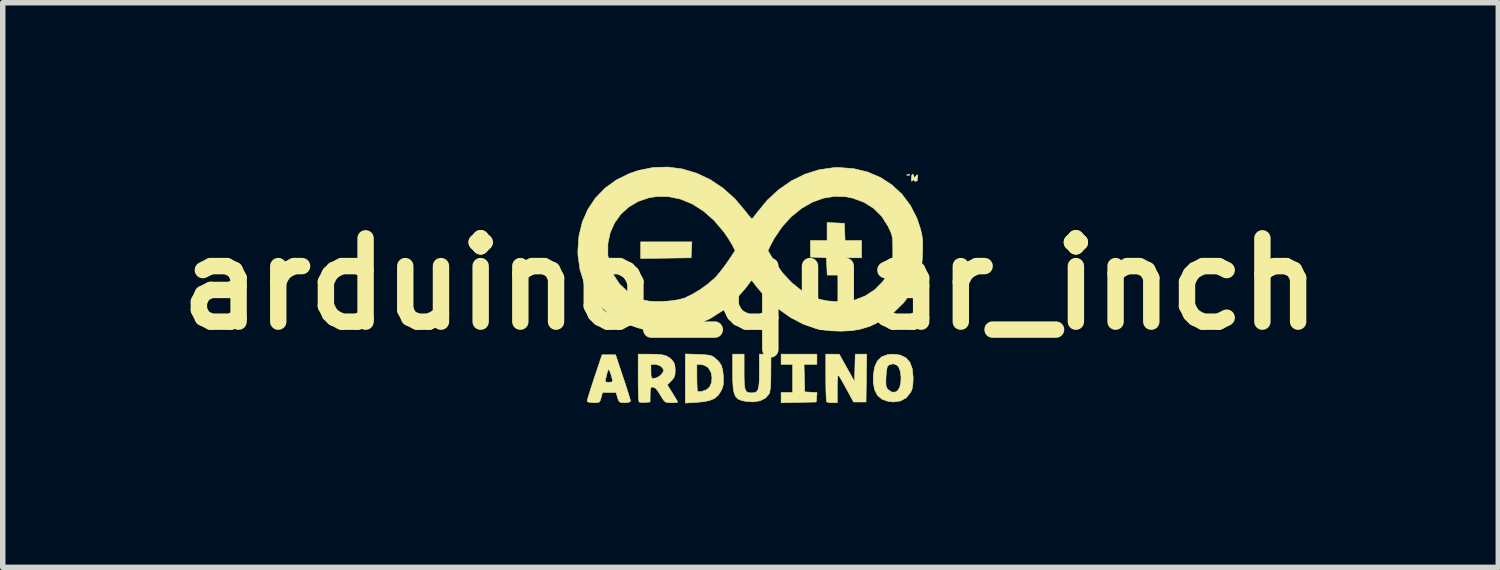
<source format=kicad_pcb>
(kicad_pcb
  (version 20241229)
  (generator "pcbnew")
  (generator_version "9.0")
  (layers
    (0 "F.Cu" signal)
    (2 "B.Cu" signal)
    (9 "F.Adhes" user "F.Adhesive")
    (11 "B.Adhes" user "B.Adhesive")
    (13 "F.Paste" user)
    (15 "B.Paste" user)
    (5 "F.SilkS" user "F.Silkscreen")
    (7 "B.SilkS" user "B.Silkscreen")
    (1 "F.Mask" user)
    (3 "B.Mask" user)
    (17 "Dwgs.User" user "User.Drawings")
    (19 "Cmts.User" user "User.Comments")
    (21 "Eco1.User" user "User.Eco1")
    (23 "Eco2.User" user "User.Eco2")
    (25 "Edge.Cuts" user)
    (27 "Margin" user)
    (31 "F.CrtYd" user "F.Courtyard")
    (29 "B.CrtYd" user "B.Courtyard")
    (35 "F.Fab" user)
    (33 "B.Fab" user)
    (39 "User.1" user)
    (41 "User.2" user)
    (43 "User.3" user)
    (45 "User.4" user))
  (footprint "arduino_quar_inch"
    (layer "F.Cu")
    (at 10.675 2.143)
    (property "Reference" "arduino_quar_inch" (at 0 0 0) (layer "F.SilkS") (effects (font (size 1.524 1.524) (thickness 0.3))))
    (attr through_hole)
    (fp_poly (pts (xy -1.086 -0.479) (xy -1.547 -0.472) (xy -2.008 -0.466) (xy -2.008 -0.77) (xy -1.072 -0.77) (xy -1.086 -0.479)) (stroke (width 0.01) (type solid)) (fill yes) (layer "F.SilkS"))
    (fp_poly (pts (xy 2.912 -1.998) (xy 2.905 -1.988) (xy 2.881 -1.986) (xy 2.856 -1.992) (xy 2.867 -2) (xy 2.904 -2.003) (xy 2.912 -1.998)) (stroke (width 0.01) (type solid)) (fill yes) (layer "F.SilkS"))
    (fp_poly (pts (xy 1.214 1.471) (xy 0.979 1.471) (xy 0.992 1.973) (xy 1.104 1.98) (xy 1.217 1.987) (xy 1.209 2.073) (xy 1.202 2.159) (xy 0.881 2.166) (xy 0.56 2.172) (xy 0.56 1.984) (xy 0.77 1.984) (xy 0.77 1.471) (xy 0.56 1.471) (xy 0.56 1.284) (xy 1.214 1.284) (xy 1.214 1.471)) (stroke (width 0.01) (type solid)) (fill yes) (layer "F.SilkS"))
    (fp_poly (pts (xy 1.558 -1.116) (xy 1.716 -1.109) (xy 1.73 -0.794) (xy 2.031 -0.794) (xy 2.031 -0.636) (xy 2.031 -0.479) (xy 1.739 -0.479) (xy 1.725 -0.163) (xy 1.403 -0.163) (xy 1.389 -0.479) (xy 1.243 -0.486) (xy 1.097 -0.492) (xy 1.097 -0.794) (xy 1.401 -0.794) (xy 1.401 -1.123) (xy 1.558 -1.116)) (stroke (width 0.01) (type solid)) (fill yes) (layer "F.SilkS"))
    (fp_poly (pts (xy 2.985 -1.988) (xy 2.989 -1.967) (xy 2.993 -1.941) (xy 3.008 -1.951) (xy 3.024 -1.971) (xy 3.048 -1.999) (xy 3.057 -1.99) (xy 3.058 -1.946) (xy 3.048 -1.89) (xy 3.023 -1.875) (xy 2.992 -1.889) (xy 2.988 -1.901) (xy 2.978 -1.907) (xy 2.965 -1.891) (xy 2.949 -1.877) (xy 2.943 -1.904) (xy 2.942 -1.932) (xy 2.948 -1.983) (xy 2.963 -2.008) (xy 2.965 -2.008) (xy 2.985 -1.988)) (stroke (width 0.01) (type solid)) (fill yes) (layer "F.SilkS"))
    (fp_poly (pts (xy 2.119 1.722) (xy 2.113 2.159) (xy 1.885 2.159) (xy 1.759 1.926) (xy 1.706 1.831) (xy 1.66 1.75) (xy 1.626 1.693) (xy 1.61 1.67) (xy 1.599 1.682) (xy 1.592 1.736) (xy 1.588 1.83) (xy 1.587 1.91) (xy 1.587 2.171) (xy 1.498 2.171) (xy 1.436 2.167) (xy 1.397 2.158) (xy 1.393 2.156) (xy 1.388 2.128) (xy 1.384 2.062) (xy 1.38 1.964) (xy 1.378 1.843) (xy 1.377 1.712) (xy 1.377 1.284) (xy 1.5 1.284) (xy 1.623 1.285) (xy 1.763 1.535) (xy 1.903 1.786) (xy 1.916 1.284) (xy 2.125 1.284) (xy 2.119 1.722)) (stroke (width 0.01) (type solid)) (fill yes) (layer "F.SilkS"))
    (fp_poly (pts (xy -0.117 1.608) (xy -0.116 1.75) (xy -0.111 1.852) (xy -0.099 1.921) (xy -0.079 1.963) (xy -0.048 1.984) (xy -0.003 1.991) (xy 0.028 1.992) (xy 0.078 1.987) (xy 0.114 1.969) (xy 0.138 1.93) (xy 0.153 1.865) (xy 0.161 1.767) (xy 0.163 1.631) (xy 0.163 1.595) (xy 0.163 1.284) (xy 0.374 1.284) (xy 0.373 1.617) (xy 0.371 1.78) (xy 0.364 1.902) (xy 0.352 1.981) (xy 0.344 2.005) (xy 0.278 2.085) (xy 0.178 2.136) (xy 0.05 2.157) (xy -0.082 2.148) (xy -0.163 2.131) (xy -0.225 2.105) (xy -0.269 2.064) (xy -0.298 2) (xy -0.316 1.91) (xy -0.324 1.785) (xy -0.327 1.62) (xy -0.327 1.607) (xy -0.327 1.284) (xy -0.117 1.284) (xy -0.117 1.608)) (stroke (width 0.01) (type solid)) (fill yes) (layer "F.SilkS"))
    (fp_poly (pts (xy -0.959 1.288) (xy -0.844 1.293) (xy -0.765 1.302) (xy -0.71 1.317) (xy -0.669 1.339) (xy -0.663 1.344) (xy -0.585 1.412) (xy -0.535 1.486) (xy -0.508 1.578) (xy -0.497 1.685) (xy -0.494 1.783) (xy -0.5 1.854) (xy -0.519 1.914) (xy -0.541 1.96) (xy -0.593 2.038) (xy -0.66 2.094) (xy -0.751 2.132) (xy -0.873 2.155) (xy -0.979 2.164) (xy -1.191 2.178) (xy -1.191 1.471) (xy -0.981 1.471) (xy -0.981 1.712) (xy -0.979 1.814) (xy -0.976 1.897) (xy -0.971 1.951) (xy -0.967 1.966) (xy -0.934 1.972) (xy -0.874 1.96) (xy -0.806 1.935) (xy -0.801 1.933) (xy -0.745 1.882) (xy -0.712 1.804) (xy -0.704 1.713) (xy -0.72 1.622) (xy -0.761 1.545) (xy -0.782 1.523) (xy -0.845 1.486) (xy -0.911 1.471) (xy -0.912 1.471) (xy -0.981 1.471) (xy -1.191 1.471) (xy -1.191 1.28) (xy -0.959 1.288)) (stroke (width 0.01) (type solid)) (fill yes) (layer "F.SilkS"))
    (fp_poly (pts (xy 2.737 1.3) (xy 2.841 1.349) (xy 2.914 1.431) (xy 2.958 1.549) (xy 2.974 1.705) (xy 2.974 1.73) (xy 2.969 1.844) (xy 2.954 1.925) (xy 2.928 1.984) (xy 2.847 2.082) (xy 2.742 2.14) (xy 2.613 2.158) (xy 2.521 2.148) (xy 2.406 2.109) (xy 2.322 2.037) (xy 2.269 1.933) (xy 2.246 1.798) (xy 2.475 1.798) (xy 2.479 1.86) (xy 2.491 1.9) (xy 2.514 1.93) (xy 2.519 1.935) (xy 2.585 1.978) (xy 2.651 1.977) (xy 2.694 1.949) (xy 2.731 1.885) (xy 2.75 1.795) (xy 2.753 1.694) (xy 2.74 1.597) (xy 2.71 1.52) (xy 2.684 1.489) (xy 2.616 1.46) (xy 2.544 1.474) (xy 2.51 1.498) (xy 2.498 1.53) (xy 2.487 1.596) (xy 2.479 1.683) (xy 2.478 1.703) (xy 2.475 1.798) (xy 2.246 1.798) (xy 2.245 1.793) (xy 2.246 1.671) (xy 2.27 1.521) (xy 2.32 1.409) (xy 2.397 1.334) (xy 2.504 1.293) (xy 2.603 1.284) (xy 2.737 1.3)) (stroke (width 0.01) (type solid)) (fill yes) (layer "F.SilkS"))
    (fp_poly (pts (xy -2.331 1.704) (xy -2.287 1.835) (xy -2.25 1.952) (xy -2.22 2.047) (xy -2.201 2.113) (xy -2.194 2.141) (xy -2.217 2.162) (xy -2.283 2.171) (xy -2.299 2.171) (xy -2.364 2.169) (xy -2.399 2.153) (xy -2.419 2.114) (xy -2.431 2.078) (xy -2.459 1.984) (xy -2.706 1.984) (xy -2.731 2.078) (xy -2.748 2.133) (xy -2.77 2.161) (xy -2.812 2.17) (xy -2.872 2.171) (xy -2.952 2.165) (xy -2.987 2.148) (xy -2.988 2.142) (xy -2.981 2.111) (xy -2.961 2.044) (xy -2.931 1.948) (xy -2.893 1.83) (xy -2.877 1.782) (xy -2.657 1.782) (xy -2.634 1.796) (xy -2.594 1.798) (xy -2.544 1.794) (xy -2.521 1.785) (xy -2.521 1.785) (xy -2.528 1.742) (xy -2.543 1.682) (xy -2.563 1.622) (xy -2.581 1.577) (xy -2.591 1.564) (xy -2.608 1.584) (xy -2.623 1.628) (xy -2.639 1.698) (xy -2.652 1.745) (xy -2.657 1.782) (xy -2.877 1.782) (xy -2.852 1.704) (xy -2.715 1.296) (xy -2.467 1.296) (xy -2.331 1.704)) (stroke (width 0.01) (type solid)) (fill yes) (layer "F.SilkS"))
    (fp_poly (pts (xy -1.701 1.287) (xy -1.604 1.298) (xy -1.532 1.319) (xy -1.476 1.353) (xy -1.435 1.392) (xy -1.398 1.443) (xy -1.381 1.504) (xy -1.377 1.577) (xy -1.381 1.657) (xy -1.399 1.711) (xy -1.437 1.76) (xy -1.45 1.773) (xy -1.522 1.845) (xy -1.426 1.998) (xy -1.381 2.072) (xy -1.347 2.129) (xy -1.331 2.159) (xy -1.331 2.161) (xy -1.352 2.167) (xy -1.405 2.17) (xy -1.448 2.171) (xy -1.517 2.169) (xy -1.56 2.156) (xy -1.593 2.121) (xy -1.629 2.064) (xy -1.679 1.981) (xy -1.715 1.93) (xy -1.742 1.902) (xy -1.77 1.89) (xy -1.786 1.887) (xy -1.812 1.887) (xy -1.826 1.906) (xy -1.833 1.953) (xy -1.835 2.019) (xy -1.837 2.159) (xy -1.929 2.166) (xy -1.992 2.167) (xy -2.033 2.16) (xy -2.038 2.157) (xy -2.043 2.129) (xy -2.048 2.062) (xy -2.051 1.964) (xy -2.054 1.843) (xy -2.054 1.712) (xy -2.054 1.471) (xy -1.821 1.471) (xy -1.821 1.599) (xy -1.819 1.673) (xy -1.812 1.711) (xy -1.792 1.725) (xy -1.762 1.728) (xy -1.704 1.711) (xy -1.647 1.672) (xy -1.645 1.67) (xy -1.606 1.624) (xy -1.588 1.587) (xy -1.587 1.585) (xy -1.608 1.532) (xy -1.661 1.491) (xy -1.731 1.471) (xy -1.743 1.471) (xy -1.821 1.471) (xy -2.054 1.471) (xy -2.054 1.284) (xy -1.834 1.284) (xy -1.701 1.287)) (stroke (width 0.01) (type solid)) (fill yes) (layer "F.SilkS"))
    (fp_poly (pts (xy -1.244 -2.103) (xy -0.985 -2.025) (xy -0.736 -1.908) (xy -0.502 -1.751) (xy -0.286 -1.558) (xy -0.099 -1.337) (xy -0.046 -1.268) (xy -0.003 -1.216) (xy 0.022 -1.192) (xy 0.024 -1.191) (xy 0.044 -1.208) (xy 0.082 -1.253) (xy 0.118 -1.302) (xy 0.306 -1.53) (xy 0.518 -1.726) (xy 0.75 -1.886) (xy 0.998 -2.008) (xy 1.256 -2.089) (xy 1.521 -2.127) (xy 1.61 -2.13) (xy 1.886 -2.109) (xy 2.144 -2.047) (xy 2.379 -1.946) (xy 2.59 -1.809) (xy 2.773 -1.638) (xy 2.925 -1.434) (xy 3.044 -1.201) (xy 3.107 -1.012) (xy 3.13 -0.919) (xy 3.144 -0.834) (xy 3.149 -0.741) (xy 3.148 -0.625) (xy 3.146 -0.561) (xy 3.139 -0.429) (xy 3.127 -0.327) (xy 3.109 -0.238) (xy 3.08 -0.146) (xy 3.063 -0.098) (xy 2.953 0.132) (xy 2.805 0.339) (xy 2.624 0.517) (xy 2.415 0.664) (xy 2.183 0.774) (xy 2.002 0.829) (xy 1.844 0.854) (xy 1.662 0.863) (xy 1.473 0.857) (xy 1.296 0.837) (xy 1.205 0.818) (xy 0.966 0.735) (xy 0.729 0.61) (xy 0.502 0.45) (xy 0.293 0.259) (xy 0.126 0.067) (xy 0.02 -0.071) (xy -0.084 0.068) (xy -0.277 0.29) (xy -0.497 0.479) (xy -0.737 0.632) (xy -0.993 0.748) (xy -1.261 0.824) (xy -1.535 0.859) (xy -1.811 0.851) (xy -1.973 0.826) (xy -2.069 0.799) (xy -2.186 0.758) (xy -2.305 0.709) (xy -2.352 0.687) (xy -2.576 0.554) (xy -2.767 0.39) (xy -2.922 0.199) (xy -3.04 -0.018) (xy -3.117 -0.258) (xy -3.154 -0.516) (xy -3.155 -0.533) (xy -2.609 -0.533) (xy -2.579 -0.365) (xy -2.506 -0.168) (xy -2.395 0.001) (xy -2.249 0.14) (xy -2.07 0.248) (xy -1.949 0.296) (xy -1.856 0.314) (xy -1.732 0.322) (xy -1.591 0.32) (xy -1.448 0.308) (xy -1.318 0.288) (xy -1.213 0.26) (xy -1.207 0.258) (xy -1.07 0.193) (xy -0.922 0.104) (xy -0.779 0.001) (xy -0.658 -0.104) (xy -0.62 -0.143) (xy -0.555 -0.221) (xy -0.479 -0.32) (xy -0.408 -0.42) (xy -0.397 -0.436) (xy -0.281 -0.609) (xy 0.319 -0.609) (xy 0.434 -0.418) (xy 0.581 -0.208) (xy 0.75 -0.026) (xy 0.934 0.122) (xy 1.129 0.231) (xy 1.268 0.282) (xy 1.405 0.31) (xy 1.562 0.323) (xy 1.721 0.321) (xy 1.861 0.305) (xy 1.903 0.295) (xy 2.097 0.22) (xy 2.272 0.106) (xy 2.418 -0.041) (xy 2.531 -0.214) (xy 2.534 -0.222) (xy 2.565 -0.288) (xy 2.585 -0.345) (xy 2.596 -0.407) (xy 2.602 -0.487) (xy 2.603 -0.598) (xy 2.603 -0.62) (xy 2.602 -0.735) (xy 2.598 -0.817) (xy 2.588 -0.88) (xy 2.569 -0.94) (xy 2.538 -1.008) (xy 2.515 -1.056) (xy 2.402 -1.234) (xy 2.256 -1.38) (xy 2.08 -1.492) (xy 1.877 -1.568) (xy 1.753 -1.594) (xy 1.543 -1.603) (xy 1.332 -1.569) (xy 1.127 -1.494) (xy 0.93 -1.38) (xy 0.747 -1.231) (xy 0.581 -1.05) (xy 0.436 -0.838) (xy 0.36 -0.694) (xy 0.319 -0.609) (xy -0.281 -0.609) (xy -0.281 -0.61) (xy -0.33 -0.708) (xy -0.369 -0.775) (xy -0.425 -0.862) (xy -0.486 -0.95) (xy -0.491 -0.957) (xy -0.667 -1.164) (xy -0.858 -1.332) (xy -1.062 -1.462) (xy -1.276 -1.551) (xy -1.494 -1.597) (xy -1.715 -1.599) (xy -1.851 -1.578) (xy -2.051 -1.511) (xy -2.226 -1.408) (xy -2.372 -1.275) (xy -2.486 -1.116) (xy -2.566 -0.936) (xy -2.608 -0.74) (xy -2.609 -0.533) (xy -3.155 -0.533) (xy -3.157 -0.607) (xy -3.137 -0.88) (xy -3.075 -1.134) (xy -2.973 -1.366) (xy -2.834 -1.573) (xy -2.659 -1.753) (xy -2.451 -1.903) (xy -2.21 -2.021) (xy -2.045 -2.077) (xy -1.778 -2.13) (xy -1.51 -2.138) (xy -1.244 -2.103)) (stroke (width 0.01) (type solid)) (fill yes) (layer "F.SilkS")))
  (gr_rect
    (start -3 -3)
    (end 24.351 7.326)
    (stroke (width 0.1) (type default))
    (fill no)
    (layer "Edge.Cuts")))
</source>
